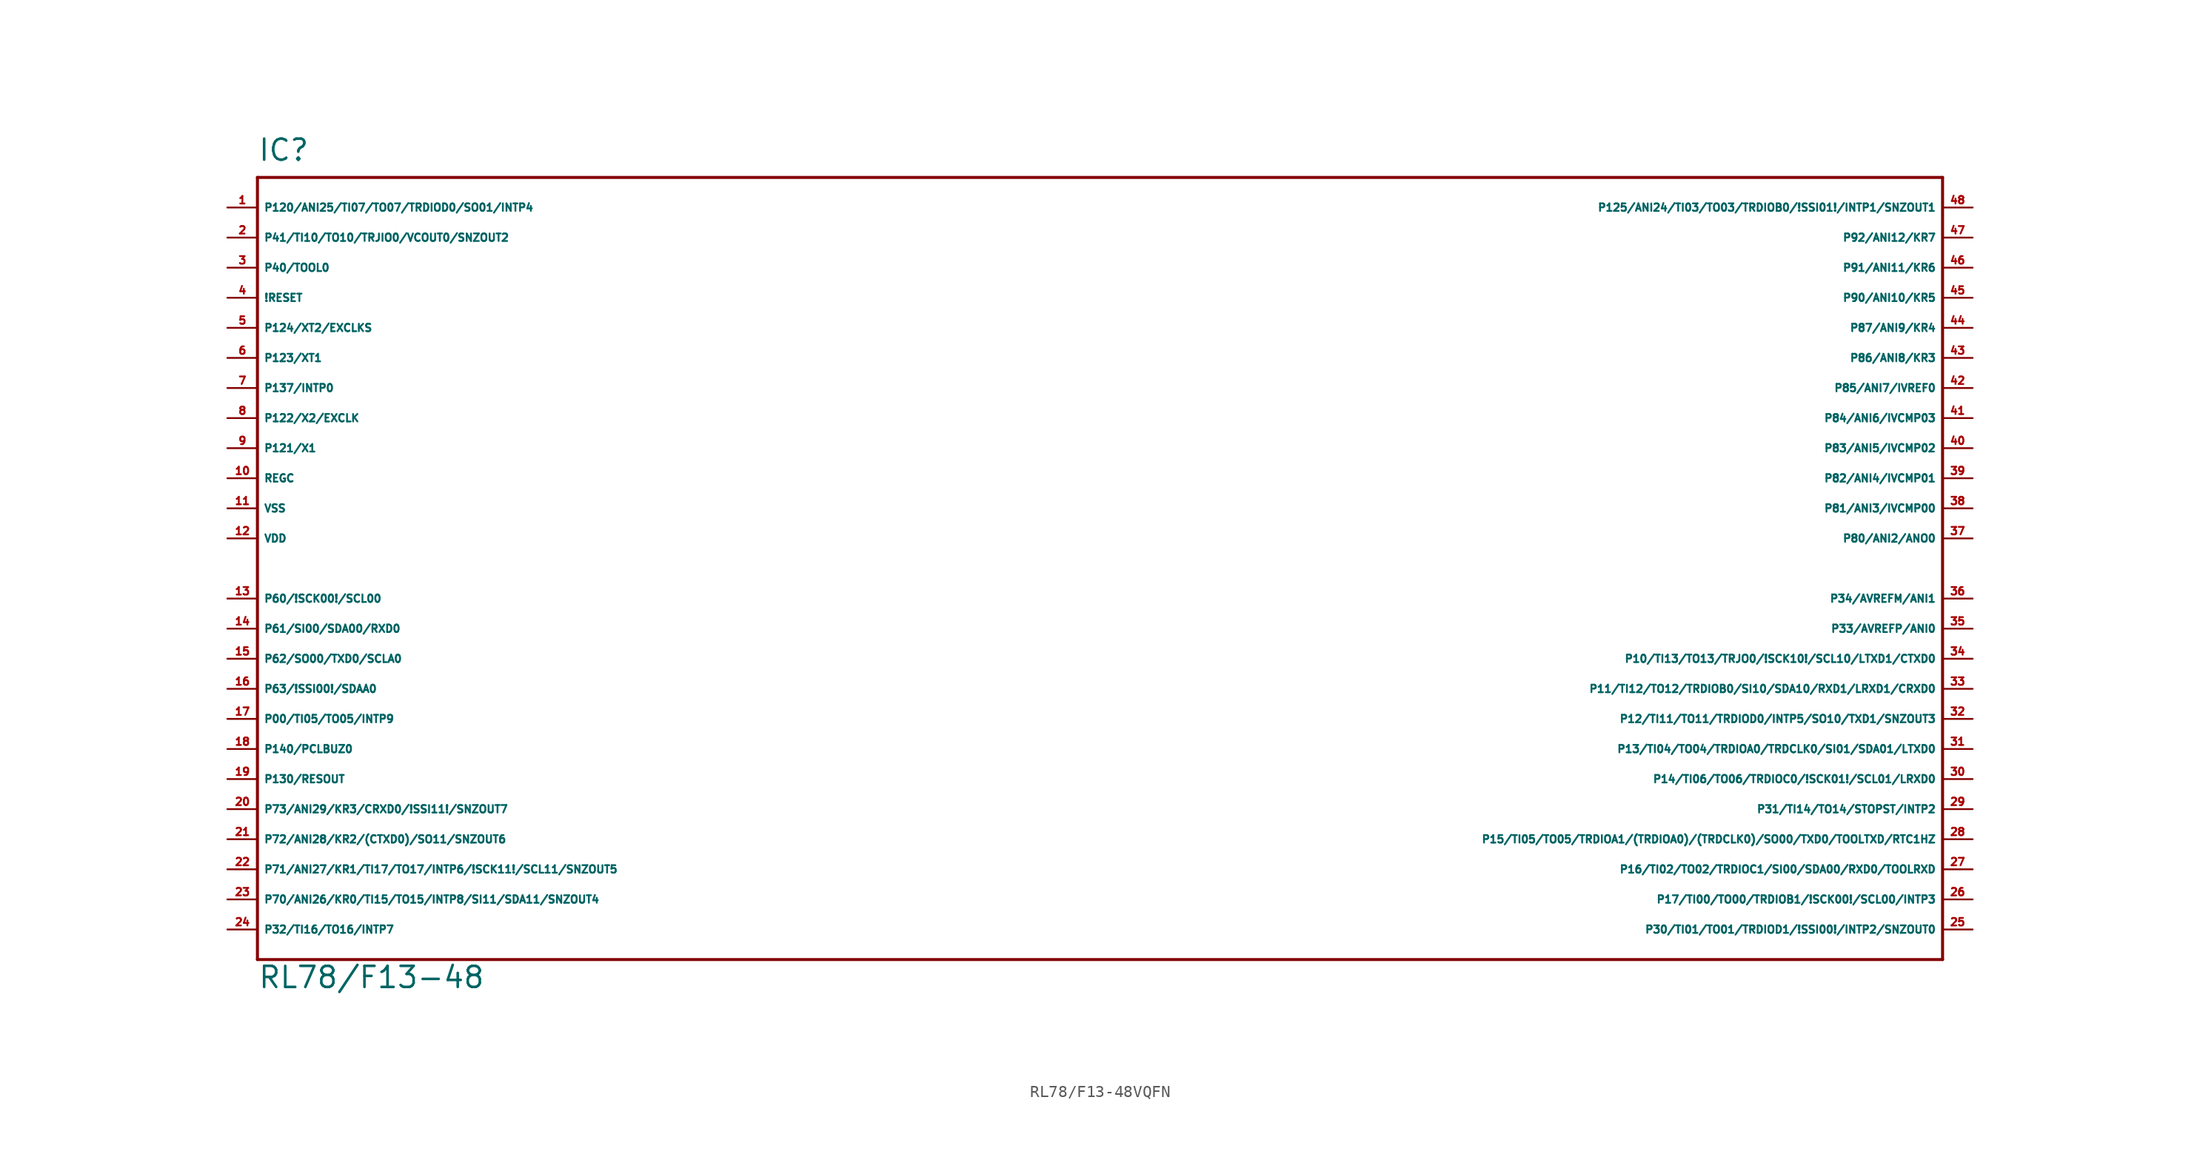
<source format=kicad_sym>
(kicad_symbol_lib
  (version 20220914)
  (generator Eagle2Kicad)
  (symbol "RL78/F13-48VQFN"
    (property "Reference" "IC"
      (at -73.66 34.29 0)
      (effects (font (size 1.778 1.778) (thickness 0.22)) (justify left bottom)))
    (property "Value" "RL78/F13-48"
      (at -73.66 -35.56 0)
      (effects (font (size 1.778 1.778) (thickness 0.22)) (justify left bottom)))
    (polyline
      (pts (xy 68.58 33.02) (xy -73.66 33.02))
      (stroke (width 0.254) (type default))
      (fill (type none)))
    (polyline
      (pts (xy -73.66 33.02) (xy -73.66 -33.02))
      (stroke (width 0.254) (type default))
      (fill (type none)))
    (polyline
      (pts (xy -73.66 -33.02) (xy 68.58 -33.02))
      (stroke (width 0.254) (type default))
      (fill (type none)))
    (polyline
      (pts (xy 68.58 -33.02) (xy 68.58 33.02))
      (stroke (width 0.254) (type default))
      (fill (type none)))
    (pin bidirectional line
      (at -76.2 27.94 0)
      (length 2.54)
      (name "P41/TI10/TO10/TRJIO0/VCOUT0/SNZOUT2" (effects (font (size 0.635 0.635) (thickness 0.08)) (justify left bottom)))
      (number "2" (effects (font (size 0.635 0.635) (thickness 0.08)) (justify left bottom))))
    (pin bidirectional line
      (at -76.2 25.4 0)
      (length 2.54)
      (name "P40/TOOL0" (effects (font (size 0.635 0.635) (thickness 0.08)) (justify left bottom)))
      (number "3" (effects (font (size 0.635 0.635) (thickness 0.08)) (justify left bottom))))
    (pin input line
      (at -76.2 22.86 0)
      (length 2.54)
      (name "!RESET" (effects (font (size 0.635 0.635) (thickness 0.08)) (justify left bottom)))
      (number "4" (effects (font (size 0.635 0.635) (thickness 0.08)) (justify left bottom))))
    (pin input line
      (at -76.2 20.32 0)
      (length 2.54)
      (name "P124/XT2/EXCLKS" (effects (font (size 0.635 0.635) (thickness 0.08)) (justify left bottom)))
      (number "5" (effects (font (size 0.635 0.635) (thickness 0.08)) (justify left bottom))))
    (pin input line
      (at -76.2 17.78 0)
      (length 2.54)
      (name "P123/XT1" (effects (font (size 0.635 0.635) (thickness 0.08)) (justify left bottom)))
      (number "6" (effects (font (size 0.635 0.635) (thickness 0.08)) (justify left bottom))))
    (pin input line
      (at -76.2 15.24 0)
      (length 2.54)
      (name "P137/INTP0" (effects (font (size 0.635 0.635) (thickness 0.08)) (justify left bottom)))
      (number "7" (effects (font (size 0.635 0.635) (thickness 0.08)) (justify left bottom))))
    (pin input line
      (at -76.2 12.7 0)
      (length 2.54)
      (name "P122/X2/EXCLK" (effects (font (size 0.635 0.635) (thickness 0.08)) (justify left bottom)))
      (number "8" (effects (font (size 0.635 0.635) (thickness 0.08)) (justify left bottom))))
    (pin input line
      (at -76.2 10.16 0)
      (length 2.54)
      (name "P121/X1" (effects (font (size 0.635 0.635) (thickness 0.08)) (justify left bottom)))
      (number "9" (effects (font (size 0.635 0.635) (thickness 0.08)) (justify left bottom))))
    (pin passive line
      (at -76.2 7.62 0)
      (length 2.54)
      (name "REGC" (effects (font (size 0.635 0.635) (thickness 0.08)) (justify left bottom)))
      (number "10" (effects (font (size 0.635 0.635) (thickness 0.08)) (justify left bottom))))
    (pin unspecified line
      (at -76.2 5.08 0)
      (length 2.54)
      (name "VSS" (effects (font (size 0.635 0.635) (thickness 0.08)) (justify left bottom)))
      (number "11" (effects (font (size 0.635 0.635) (thickness 0.08)) (justify left bottom))))
    (pin unspecified line
      (at -76.2 2.54 0)
      (length 2.54)
      (name "VDD" (effects (font (size 0.635 0.635) (thickness 0.08)) (justify left bottom)))
      (number "12" (effects (font (size 0.635 0.635) (thickness 0.08)) (justify left bottom))))
    (pin bidirectional line
      (at -76.2 -2.54 0)
      (length 2.54)
      (name "P60/!SCK00!/SCL00" (effects (font (size 0.635 0.635) (thickness 0.08)) (justify left bottom)))
      (number "13" (effects (font (size 0.635 0.635) (thickness 0.08)) (justify left bottom))))
    (pin bidirectional line
      (at -76.2 -5.08 0)
      (length 2.54)
      (name "P61/SI00/SDA00/RXD0" (effects (font (size 0.635 0.635) (thickness 0.08)) (justify left bottom)))
      (number "14" (effects (font (size 0.635 0.635) (thickness 0.08)) (justify left bottom))))
    (pin bidirectional line
      (at -76.2 -7.62 0)
      (length 2.54)
      (name "P62/SO00/TXD0/SCLA0" (effects (font (size 0.635 0.635) (thickness 0.08)) (justify left bottom)))
      (number "15" (effects (font (size 0.635 0.635) (thickness 0.08)) (justify left bottom))))
    (pin bidirectional line
      (at -76.2 -10.16 0)
      (length 2.54)
      (name "P63/!SSI00!/SDAA0" (effects (font (size 0.635 0.635) (thickness 0.08)) (justify left bottom)))
      (number "16" (effects (font (size 0.635 0.635) (thickness 0.08)) (justify left bottom))))
    (pin bidirectional line
      (at -76.2 -12.7 0)
      (length 2.54)
      (name "P00/TI05/TO05/INTP9" (effects (font (size 0.635 0.635) (thickness 0.08)) (justify left bottom)))
      (number "17" (effects (font (size 0.635 0.635) (thickness 0.08)) (justify left bottom))))
    (pin bidirectional line
      (at -76.2 -15.24 0)
      (length 2.54)
      (name "P140/PCLBUZ0" (effects (font (size 0.635 0.635) (thickness 0.08)) (justify left bottom)))
      (number "18" (effects (font (size 0.635 0.635) (thickness 0.08)) (justify left bottom))))
    (pin bidirectional line
      (at -76.2 -17.78 0)
      (length 2.54)
      (name "P130/RESOUT" (effects (font (size 0.635 0.635) (thickness 0.08)) (justify left bottom)))
      (number "19" (effects (font (size 0.635 0.635) (thickness 0.08)) (justify left bottom))))
    (pin bidirectional line
      (at -76.2 -20.32 0)
      (length 2.54)
      (name "P73/ANI29/KR3/CRXD0/!SSI11!/SNZOUT7" (effects (font (size 0.635 0.635) (thickness 0.08)) (justify left bottom)))
      (number "20" (effects (font (size 0.635 0.635) (thickness 0.08)) (justify left bottom))))
    (pin bidirectional line
      (at -76.2 -22.86 0)
      (length 2.54)
      (name "P72/ANI28/KR2/(CTXD0)/SO11/SNZOUT6" (effects (font (size 0.635 0.635) (thickness 0.08)) (justify left bottom)))
      (number "21" (effects (font (size 0.635 0.635) (thickness 0.08)) (justify left bottom))))
    (pin bidirectional line
      (at -76.2 -25.4 0)
      (length 2.54)
      (name "P71/ANI27/KR1/TI17/TO17/INTP6/!SCK11!/SCL11/SNZOUT5" (effects (font (size 0.635 0.635) (thickness 0.08)) (justify left bottom)))
      (number "22" (effects (font (size 0.635 0.635) (thickness 0.08)) (justify left bottom))))
    (pin bidirectional line
      (at -76.2 -27.94 0)
      (length 2.54)
      (name "P70/ANI26/KR0/TI15/TO15/INTP8/SI11/SDA11/SNZOUT4" (effects (font (size 0.635 0.635) (thickness 0.08)) (justify left bottom)))
      (number "23" (effects (font (size 0.635 0.635) (thickness 0.08)) (justify left bottom))))
    (pin bidirectional line
      (at -76.2 -30.48 0)
      (length 2.54)
      (name "P32/TI16/TO16/INTP7" (effects (font (size 0.635 0.635) (thickness 0.08)) (justify left bottom)))
      (number "24" (effects (font (size 0.635 0.635) (thickness 0.08)) (justify left bottom))))
    (pin bidirectional line
      (at 71.12 -30.48 180)
      (length 2.54)
      (name "P30/TI01/TO01/TRDIOD1/!SSI00!/INTP2/SNZOUT0" (effects (font (size 0.635 0.635) (thickness 0.08)) (justify left bottom)))
      (number "25" (effects (font (size 0.635 0.635) (thickness 0.08)) (justify left bottom))))
    (pin bidirectional line
      (at 71.12 -27.94 180)
      (length 2.54)
      (name "P17/TI00/TO00/TRDIOB1/!SCK00!/SCL00/INTP3" (effects (font (size 0.635 0.635) (thickness 0.08)) (justify left bottom)))
      (number "26" (effects (font (size 0.635 0.635) (thickness 0.08)) (justify left bottom))))
    (pin bidirectional line
      (at 71.12 -25.4 180)
      (length 2.54)
      (name "P16/TI02/TO02/TRDIOC1/SI00/SDA00/RXD0/TOOLRXD" (effects (font (size 0.635 0.635) (thickness 0.08)) (justify left bottom)))
      (number "27" (effects (font (size 0.635 0.635) (thickness 0.08)) (justify left bottom))))
    (pin bidirectional line
      (at 71.12 -22.86 180)
      (length 2.54)
      (name "P15/TI05/TO05/TRDIOA1/(TRDIOA0)/(TRDCLK0)/SO00/TXD0/TOOLTXD/RTC1HZ" (effects (font (size 0.635 0.635) (thickness 0.08)) (justify left bottom)))
      (number "28" (effects (font (size 0.635 0.635) (thickness 0.08)) (justify left bottom))))
    (pin bidirectional line
      (at 71.12 -17.78 180)
      (length 2.54)
      (name "P14/TI06/TO06/TRDIOC0/!SCK01!/SCL01/LRXD0" (effects (font (size 0.635 0.635) (thickness 0.08)) (justify left bottom)))
      (number "30" (effects (font (size 0.635 0.635) (thickness 0.08)) (justify left bottom))))
    (pin bidirectional line
      (at 71.12 -15.24 180)
      (length 2.54)
      (name "P13/TI04/TO04/TRDIOA0/TRDCLK0/SI01/SDA01/LTXD0" (effects (font (size 0.635 0.635) (thickness 0.08)) (justify left bottom)))
      (number "31" (effects (font (size 0.635 0.635) (thickness 0.08)) (justify left bottom))))
    (pin bidirectional line
      (at 71.12 -12.7 180)
      (length 2.54)
      (name "P12/TI11/TO11/TRDIOD0/INTP5/SO10/TXD1/SNZOUT3" (effects (font (size 0.635 0.635) (thickness 0.08)) (justify left bottom)))
      (number "32" (effects (font (size 0.635 0.635) (thickness 0.08)) (justify left bottom))))
    (pin bidirectional line
      (at 71.12 -10.16 180)
      (length 2.54)
      (name "P11/TI12/TO12/TRDIOB0/SI10/SDA10/RXD1/LRXD1/CRXD0" (effects (font (size 0.635 0.635) (thickness 0.08)) (justify left bottom)))
      (number "33" (effects (font (size 0.635 0.635) (thickness 0.08)) (justify left bottom))))
    (pin bidirectional line
      (at 71.12 -7.62 180)
      (length 2.54)
      (name "P10/TI13/TO13/TRJO0/!SCK10!/SCL10/LTXD1/CTXD0" (effects (font (size 0.635 0.635) (thickness 0.08)) (justify left bottom)))
      (number "34" (effects (font (size 0.635 0.635) (thickness 0.08)) (justify left bottom))))
    (pin bidirectional line
      (at 71.12 -5.08 180)
      (length 2.54)
      (name "P33/AVREFP/ANI0" (effects (font (size 0.635 0.635) (thickness 0.08)) (justify left bottom)))
      (number "35" (effects (font (size 0.635 0.635) (thickness 0.08)) (justify left bottom))))
    (pin bidirectional line
      (at 71.12 -2.54 180)
      (length 2.54)
      (name "P34/AVREFM/ANI1" (effects (font (size 0.635 0.635) (thickness 0.08)) (justify left bottom)))
      (number "36" (effects (font (size 0.635 0.635) (thickness 0.08)) (justify left bottom))))
    (pin bidirectional line
      (at 71.12 2.54 180)
      (length 2.54)
      (name "P80/ANI2/ANO0" (effects (font (size 0.635 0.635) (thickness 0.08)) (justify left bottom)))
      (number "37" (effects (font (size 0.635 0.635) (thickness 0.08)) (justify left bottom))))
    (pin bidirectional line
      (at 71.12 5.08 180)
      (length 2.54)
      (name "P81/ANI3/IVCMP00" (effects (font (size 0.635 0.635) (thickness 0.08)) (justify left bottom)))
      (number "38" (effects (font (size 0.635 0.635) (thickness 0.08)) (justify left bottom))))
    (pin bidirectional line
      (at 71.12 7.62 180)
      (length 2.54)
      (name "P82/ANI4/IVCMP01" (effects (font (size 0.635 0.635) (thickness 0.08)) (justify left bottom)))
      (number "39" (effects (font (size 0.635 0.635) (thickness 0.08)) (justify left bottom))))
    (pin bidirectional line
      (at 71.12 10.16 180)
      (length 2.54)
      (name "P83/ANI5/IVCMP02" (effects (font (size 0.635 0.635) (thickness 0.08)) (justify left bottom)))
      (number "40" (effects (font (size 0.635 0.635) (thickness 0.08)) (justify left bottom))))
    (pin bidirectional line
      (at 71.12 12.7 180)
      (length 2.54)
      (name "P84/ANI6/IVCMP03" (effects (font (size 0.635 0.635) (thickness 0.08)) (justify left bottom)))
      (number "41" (effects (font (size 0.635 0.635) (thickness 0.08)) (justify left bottom))))
    (pin bidirectional line
      (at 71.12 15.24 180)
      (length 2.54)
      (name "P85/ANI7/IVREF0" (effects (font (size 0.635 0.635) (thickness 0.08)) (justify left bottom)))
      (number "42" (effects (font (size 0.635 0.635) (thickness 0.08)) (justify left bottom))))
    (pin bidirectional line
      (at 71.12 17.78 180)
      (length 2.54)
      (name "P86/ANI8/KR3" (effects (font (size 0.635 0.635) (thickness 0.08)) (justify left bottom)))
      (number "43" (effects (font (size 0.635 0.635) (thickness 0.08)) (justify left bottom))))
    (pin bidirectional line
      (at 71.12 20.32 180)
      (length 2.54)
      (name "P87/ANI9/KR4" (effects (font (size 0.635 0.635) (thickness 0.08)) (justify left bottom)))
      (number "44" (effects (font (size 0.635 0.635) (thickness 0.08)) (justify left bottom))))
    (pin bidirectional line
      (at 71.12 22.86 180)
      (length 2.54)
      (name "P90/ANI10/KR5" (effects (font (size 0.635 0.635) (thickness 0.08)) (justify left bottom)))
      (number "45" (effects (font (size 0.635 0.635) (thickness 0.08)) (justify left bottom))))
    (pin bidirectional line
      (at 71.12 25.4 180)
      (length 2.54)
      (name "P91/ANI11/KR6" (effects (font (size 0.635 0.635) (thickness 0.08)) (justify left bottom)))
      (number "46" (effects (font (size 0.635 0.635) (thickness 0.08)) (justify left bottom))))
    (pin bidirectional line
      (at 71.12 27.94 180)
      (length 2.54)
      (name "P92/ANI12/KR7" (effects (font (size 0.635 0.635) (thickness 0.08)) (justify left bottom)))
      (number "47" (effects (font (size 0.635 0.635) (thickness 0.08)) (justify left bottom))))
    (pin bidirectional line
      (at 71.12 30.48 180)
      (length 2.54)
      (name "P125/ANI24/TI03/TO03/TRDIOB0/!SSI01!/INTP1/SNZOUT1" (effects (font (size 0.635 0.635) (thickness 0.08)) (justify left bottom)))
      (number "48" (effects (font (size 0.635 0.635) (thickness 0.08)) (justify left bottom))))
    (pin bidirectional line
      (at -76.2 30.48 0)
      (length 2.54)
      (name "P120/ANI25/TI07/TO07/TRDIOD0/SO01/INTP4" (effects (font (size 0.635 0.635) (thickness 0.08)) (justify left bottom)))
      (number "1" (effects (font (size 0.635 0.635) (thickness 0.08)) (justify left bottom))))
    (pin bidirectional line
      (at 71.12 -20.32 180)
      (length 2.54)
      (name "P31/TI14/TO14/STOPST/INTP2" (effects (font (size 0.635 0.635) (thickness 0.08)) (justify left bottom)))
      (number "29" (effects (font (size 0.635 0.635) (thickness 0.08)) (justify left bottom))))))
</source>
